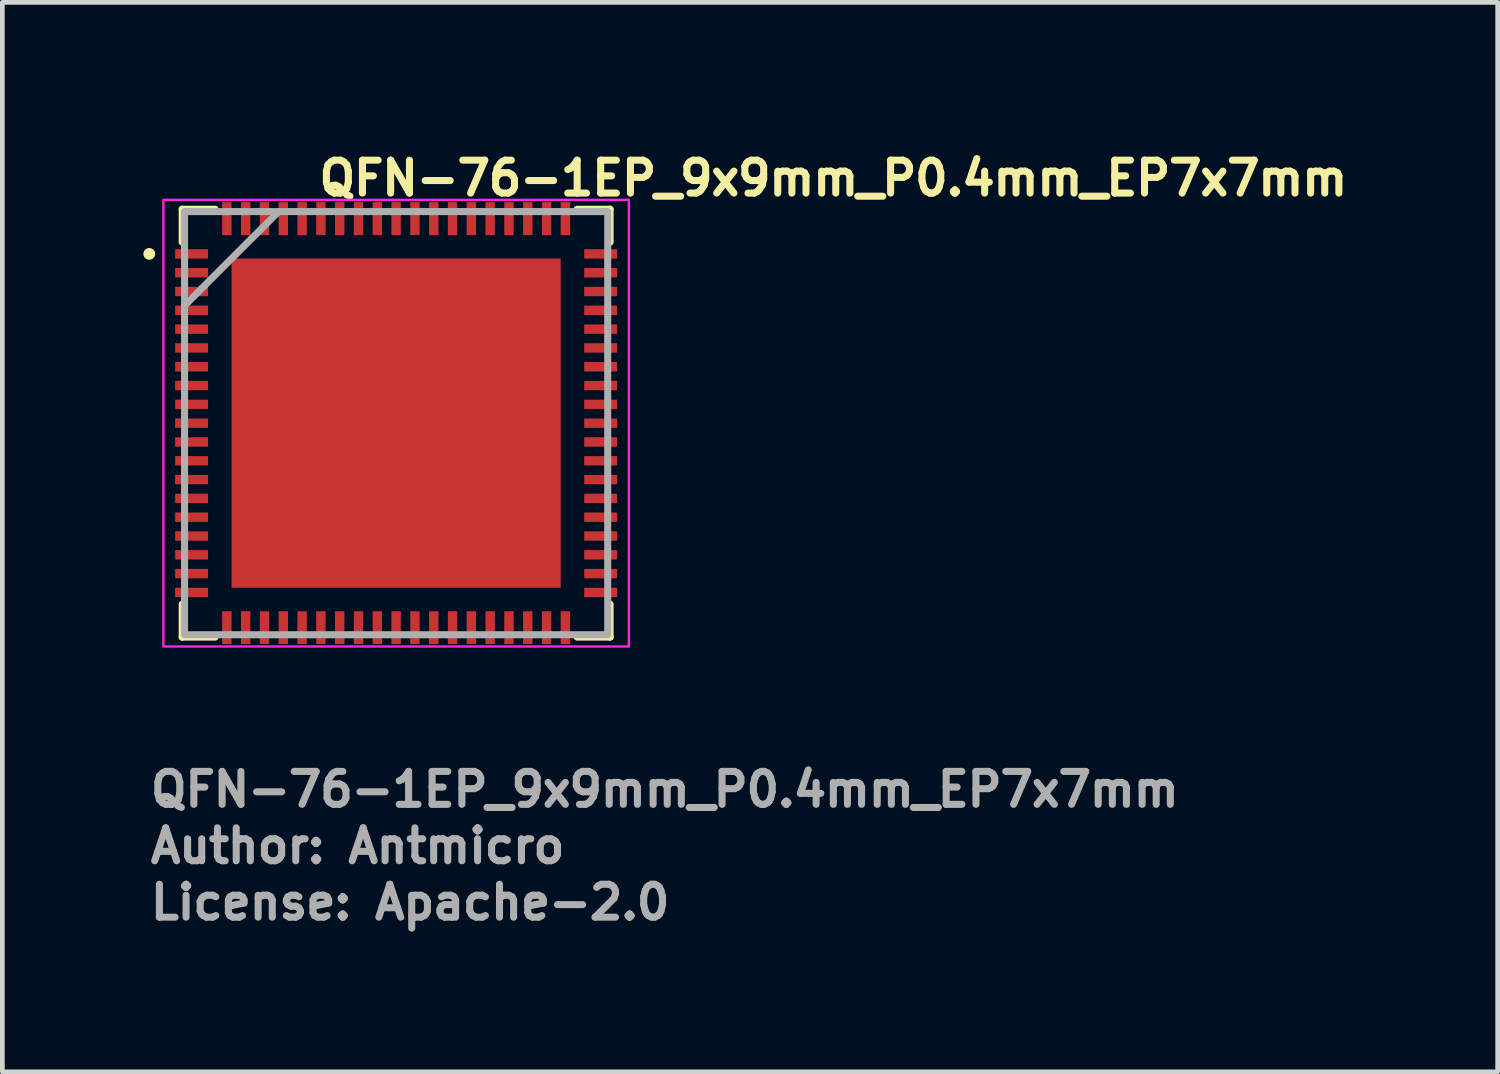
<source format=kicad_pcb>
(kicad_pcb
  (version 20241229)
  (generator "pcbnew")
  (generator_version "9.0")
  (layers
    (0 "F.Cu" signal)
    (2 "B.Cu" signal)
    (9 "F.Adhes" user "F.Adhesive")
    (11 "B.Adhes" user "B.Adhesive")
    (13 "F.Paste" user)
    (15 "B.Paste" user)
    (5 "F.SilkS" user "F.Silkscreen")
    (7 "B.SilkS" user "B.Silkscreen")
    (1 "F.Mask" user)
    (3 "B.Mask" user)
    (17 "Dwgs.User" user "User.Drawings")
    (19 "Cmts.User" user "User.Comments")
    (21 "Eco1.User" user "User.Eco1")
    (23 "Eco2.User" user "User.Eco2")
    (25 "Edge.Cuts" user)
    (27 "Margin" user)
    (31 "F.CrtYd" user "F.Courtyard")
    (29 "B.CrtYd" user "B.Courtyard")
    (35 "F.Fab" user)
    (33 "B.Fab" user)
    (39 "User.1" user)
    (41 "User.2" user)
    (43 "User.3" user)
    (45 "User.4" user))
  (footprint "QFN-76-1EP_9x9mm_P0.4mm_EP7x7mm"
    (layer "F.Cu")
    (at 5.375 5.95)
    (property "Reference" "QFN-76-1EP_9x9mm_P0.4mm_EP7x7mm" (at -1.715 -4.8 0) (layer "F.SilkS") (effects (font (size 0.7 0.7) (thickness 0.15)) (justify left bottom)))
    (attr smd)
    (fp_line (start -4.55 -4.55) (end -4.55 -3.85) (stroke (width 0.15) (type solid)) (layer "F.SilkS"))
    (fp_line (start -4.55 -4.55) (end -3.85 -4.55) (stroke (width 0.15) (type solid)) (layer "F.SilkS"))
    (fp_line (start -4.55 4.55) (end -4.55 3.85) (stroke (width 0.15) (type solid)) (layer "F.SilkS"))
    (fp_line (start -4.55 4.55) (end -3.85 4.55) (stroke (width 0.15) (type solid)) (layer "F.SilkS"))
    (fp_line (start 4.55 -4.55) (end 3.85 -4.55) (stroke (width 0.15) (type solid)) (layer "F.SilkS"))
    (fp_line (start 4.55 -4.55) (end 4.55 -3.85) (stroke (width 0.15) (type solid)) (layer "F.SilkS"))
    (fp_line (start 4.55 4.55) (end 3.85 4.55) (stroke (width 0.15) (type solid)) (layer "F.SilkS"))
    (fp_line (start 4.55 4.55) (end 4.55 3.85) (stroke (width 0.15) (type solid)) (layer "F.SilkS"))
    (fp_circle (center -5.25 -3.6) (end -5.2 -3.6) (stroke (width 0.15) (type solid)) (fill yes) (layer "F.SilkS"))
    (fp_poly (pts (xy -2.9 -2.9) (xy -1.9 -2.9) (xy -1.9 -1.9) (xy -2.9 -1.9)) (stroke (width 0.01) (type solid)) (fill yes) (layer "F.Paste"))
    (fp_poly (pts (xy -2.9 -1.7) (xy -1.9 -1.7) (xy -1.9 -0.7) (xy -2.9 -0.7)) (stroke (width 0.01) (type solid)) (fill yes) (layer "F.Paste"))
    (fp_poly (pts (xy -2.9 -0.5) (xy -1.9 -0.5) (xy -1.9 0.5) (xy -2.9 0.5)) (stroke (width 0.01) (type solid)) (fill yes) (layer "F.Paste"))
    (fp_poly (pts (xy -2.9 0.7) (xy -1.9 0.7) (xy -1.9 1.7) (xy -2.9 1.7)) (stroke (width 0.01) (type solid)) (fill yes) (layer "F.Paste"))
    (fp_poly (pts (xy -2.9 1.9) (xy -1.9 1.9) (xy -1.9 2.9) (xy -2.9 2.9)) (stroke (width 0.01) (type solid)) (fill yes) (layer "F.Paste"))
    (fp_poly (pts (xy -1.7 -2.9) (xy -0.7 -2.9) (xy -0.7 -1.9) (xy -1.7 -1.9)) (stroke (width 0.01) (type solid)) (fill yes) (layer "F.Paste"))
    (fp_poly (pts (xy -1.7 -1.7) (xy -0.7 -1.7) (xy -0.7 -0.7) (xy -1.7 -0.7)) (stroke (width 0.01) (type solid)) (fill yes) (layer "F.Paste"))
    (fp_poly (pts (xy -1.7 -0.5) (xy -0.7 -0.5) (xy -0.7 0.5) (xy -1.7 0.5)) (stroke (width 0.01) (type solid)) (fill yes) (layer "F.Paste"))
    (fp_poly (pts (xy -1.7 0.7) (xy -0.7 0.7) (xy -0.7 1.7) (xy -1.7 1.7)) (stroke (width 0.01) (type solid)) (fill yes) (layer "F.Paste"))
    (fp_poly (pts (xy -1.7 1.9) (xy -0.7 1.9) (xy -0.7 2.9) (xy -1.7 2.9)) (stroke (width 0.01) (type solid)) (fill yes) (layer "F.Paste"))
    (fp_poly (pts (xy -0.5 -2.9) (xy 0.5 -2.9) (xy 0.5 -1.9) (xy -0.5 -1.9)) (stroke (width 0.01) (type solid)) (fill yes) (layer "F.Paste"))
    (fp_poly (pts (xy -0.5 -1.7) (xy 0.5 -1.7) (xy 0.5 -0.7) (xy -0.5 -0.7)) (stroke (width 0.01) (type solid)) (fill yes) (layer "F.Paste"))
    (fp_poly (pts (xy -0.5 -0.5) (xy 0.5 -0.5) (xy 0.5 0.5) (xy -0.5 0.5)) (stroke (width 0.01) (type solid)) (fill yes) (layer "F.Paste"))
    (fp_poly (pts (xy -0.5 0.7) (xy 0.5 0.7) (xy 0.5 1.7) (xy -0.5 1.7)) (stroke (width 0.01) (type solid)) (fill yes) (layer "F.Paste"))
    (fp_poly (pts (xy -0.5 1.9) (xy 0.5 1.9) (xy 0.5 2.9) (xy -0.5 2.9)) (stroke (width 0.01) (type solid)) (fill yes) (layer "F.Paste"))
    (fp_poly (pts (xy 0.7 -2.9) (xy 1.7 -2.9) (xy 1.7 -1.9) (xy 0.7 -1.9)) (stroke (width 0.01) (type solid)) (fill yes) (layer "F.Paste"))
    (fp_poly (pts (xy 0.7 -1.7) (xy 1.7 -1.7) (xy 1.7 -0.7) (xy 0.7 -0.7)) (stroke (width 0.01) (type solid)) (fill yes) (layer "F.Paste"))
    (fp_poly (pts (xy 0.7 -0.5) (xy 1.7 -0.5) (xy 1.7 0.5) (xy 0.7 0.5)) (stroke (width 0.01) (type solid)) (fill yes) (layer "F.Paste"))
    (fp_poly (pts (xy 0.7 0.7) (xy 1.7 0.7) (xy 1.7 1.7) (xy 0.7 1.7)) (stroke (width 0.01) (type solid)) (fill yes) (layer "F.Paste"))
    (fp_poly (pts (xy 0.7 1.9) (xy 1.7 1.9) (xy 1.7 2.9) (xy 0.7 2.9)) (stroke (width 0.01) (type solid)) (fill yes) (layer "F.Paste"))
    (fp_poly (pts (xy 1.9 -2.9) (xy 2.9 -2.9) (xy 2.9 -1.9) (xy 1.9 -1.9)) (stroke (width 0.01) (type solid)) (fill yes) (layer "F.Paste"))
    (fp_poly (pts (xy 1.9 -1.7) (xy 2.9 -1.7) (xy 2.9 -0.7) (xy 1.9 -0.7)) (stroke (width 0.01) (type solid)) (fill yes) (layer "F.Paste"))
    (fp_poly (pts (xy 1.9 -0.5) (xy 2.9 -0.5) (xy 2.9 0.5) (xy 1.9 0.5)) (stroke (width 0.01) (type solid)) (fill yes) (layer "F.Paste"))
    (fp_poly (pts (xy 1.9 0.7) (xy 2.9 0.7) (xy 2.9 1.7) (xy 1.9 1.7)) (stroke (width 0.01) (type solid)) (fill yes) (layer "F.Paste"))
    (fp_poly (pts (xy 1.9 1.9) (xy 2.9 1.9) (xy 2.9 2.9) (xy 1.9 2.9)) (stroke (width 0.01) (type solid)) (fill yes) (layer "F.Paste"))
    (fp_rect (start -4.95 -4.75) (end 4.95 4.75) (stroke (width 0.05) (type solid)) (fill no) (layer "F.CrtYd"))
    (fp_line (start -4.5 -2.5) (end -2.5 -4.5) (stroke (width 0.15) (type solid)) (layer "F.Fab"))
    (fp_rect (start -4.5 -4.5) (end 4.5 4.5) (stroke (width 0.15) (type solid)) (fill no) (layer "F.Fab"))
    (fp_rect (start -4.5 -4.5) (end 4.5 4.5) (stroke (width 0.1) (type solid)) (fill no) (layer "User.5"))
    (fp_line (start -4.5 -4.5) (end -4.5 4.5) (stroke (width 0.02) (type solid)) (layer "User.9"))
    (fp_line (start -4.5 4.5) (end 4.5 4.5) (stroke (width 0.02) (type solid)) (layer "User.9"))
    (fp_line (start 4.5 -4.5) (end -4.5 -4.5) (stroke (width 0.02) (type solid)) (layer "User.9"))
    (fp_line (start 4.5 4.5) (end 4.5 -4.5) (stroke (width 0.02) (type solid)) (layer "User.9"))
    (fp_text user "${REFERENCE}" (at -5.3 8.2 0) (layer "F.Fab") (effects (font (size 0.7 0.7) (thickness 0.15)) (justify left bottom)))
    (fp_text user "Author: Antmicro" (at -5.3 9.4 0) (layer "F.Fab") (effects (font (size 0.7 0.7) (thickness 0.15)) (justify left bottom)))
    (fp_text user "License: Apache-2.0" (at -5.3 10.6 0) (layer "F.Fab") (effects (font (size 0.7 0.7) (thickness 0.15)) (justify left bottom)))
    (pad "1" smd rect (at -4.35 -3.6) (size 0.7 0.2) (layers "F.Cu" "F.Mask" "F.Paste"))
    (pad "2" smd rect (at -4.35 -3.2) (size 0.7 0.2) (layers "F.Cu" "F.Mask" "F.Paste"))
    (pad "3" smd rect (at -4.35 -2.8) (size 0.7 0.2) (layers "F.Cu" "F.Mask" "F.Paste"))
    (pad "4" smd rect (at -4.35 -2.4) (size 0.7 0.2) (layers "F.Cu" "F.Mask" "F.Paste"))
    (pad "5" smd rect (at -4.35 -2) (size 0.7 0.2) (layers "F.Cu" "F.Mask" "F.Paste"))
    (pad "6" smd rect (at -4.35 -1.6) (size 0.7 0.2) (layers "F.Cu" "F.Mask" "F.Paste"))
    (pad "7" smd rect (at -4.35 -1.2) (size 0.7 0.2) (layers "F.Cu" "F.Mask" "F.Paste"))
    (pad "8" smd rect (at -4.35 -0.8) (size 0.7 0.2) (layers "F.Cu" "F.Mask" "F.Paste"))
    (pad "9" smd rect (at -4.35 -0.4) (size 0.7 0.2) (layers "F.Cu" "F.Mask" "F.Paste"))
    (pad "10" smd rect (at -4.35 0) (size 0.7 0.2) (layers "F.Cu" "F.Mask" "F.Paste"))
    (pad "11" smd rect (at -4.35 0.4) (size 0.7 0.2) (layers "F.Cu" "F.Mask" "F.Paste"))
    (pad "12" smd rect (at -4.35 0.8) (size 0.7 0.2) (layers "F.Cu" "F.Mask" "F.Paste"))
    (pad "13" smd rect (at -4.35 1.2) (size 0.7 0.2) (layers "F.Cu" "F.Mask" "F.Paste"))
    (pad "14" smd rect (at -4.35 1.6) (size 0.7 0.2) (layers "F.Cu" "F.Mask" "F.Paste"))
    (pad "15" smd rect (at -4.35 2) (size 0.7 0.2) (layers "F.Cu" "F.Mask" "F.Paste"))
    (pad "16" smd rect (at -4.35 2.4) (size 0.7 0.2) (layers "F.Cu" "F.Mask" "F.Paste"))
    (pad "17" smd rect (at -4.35 2.8) (size 0.7 0.2) (layers "F.Cu" "F.Mask" "F.Paste"))
    (pad "18" smd rect (at -4.35 3.2) (size 0.7 0.2) (layers "F.Cu" "F.Mask" "F.Paste"))
    (pad "19" smd rect (at -4.35 3.6) (size 0.7 0.2) (layers "F.Cu" "F.Mask" "F.Paste"))
    (pad "20" smd rect (at -3.6 4.35 90) (size 0.7 0.2) (layers "F.Cu" "F.Mask" "F.Paste"))
    (pad "21" smd rect (at -3.2 4.35 90) (size 0.7 0.2) (layers "F.Cu" "F.Mask" "F.Paste"))
    (pad "22" smd rect (at -2.8 4.35 90) (size 0.7 0.2) (layers "F.Cu" "F.Mask" "F.Paste"))
    (pad "23" smd rect (at -2.4 4.35 90) (size 0.7 0.2) (layers "F.Cu" "F.Mask" "F.Paste"))
    (pad "24" smd rect (at -2 4.35 90) (size 0.7 0.2) (layers "F.Cu" "F.Mask" "F.Paste"))
    (pad "25" smd rect (at -1.6 4.35 90) (size 0.7 0.2) (layers "F.Cu" "F.Mask" "F.Paste"))
    (pad "26" smd rect (at -1.2 4.35 90) (size 0.7 0.2) (layers "F.Cu" "F.Mask" "F.Paste"))
    (pad "27" smd rect (at -0.8 4.35 90) (size 0.7 0.2) (layers "F.Cu" "F.Mask" "F.Paste"))
    (pad "28" smd rect (at -0.4 4.35 90) (size 0.7 0.2) (layers "F.Cu" "F.Mask" "F.Paste"))
    (pad "29" smd rect (at 0 4.35 90) (size 0.7 0.2) (layers "F.Cu" "F.Mask" "F.Paste"))
    (pad "30" smd rect (at 0.4 4.35 90) (size 0.7 0.2) (layers "F.Cu" "F.Mask" "F.Paste"))
    (pad "31" smd rect (at 0.8 4.35 90) (size 0.7 0.2) (layers "F.Cu" "F.Mask" "F.Paste"))
    (pad "32" smd rect (at 1.2 4.35 90) (size 0.7 0.2) (layers "F.Cu" "F.Mask" "F.Paste"))
    (pad "33" smd rect (at 1.6 4.35 90) (size 0.7 0.2) (layers "F.Cu" "F.Mask" "F.Paste"))
    (pad "34" smd rect (at 2 4.35 90) (size 0.7 0.2) (layers "F.Cu" "F.Mask" "F.Paste"))
    (pad "35" smd rect (at 2.4 4.35 90) (size 0.7 0.2) (layers "F.Cu" "F.Mask" "F.Paste"))
    (pad "36" smd rect (at 2.8 4.35 90) (size 0.7 0.2) (layers "F.Cu" "F.Mask" "F.Paste"))
    (pad "37" smd rect (at 3.2 4.35 90) (size 0.7 0.2) (layers "F.Cu" "F.Mask" "F.Paste"))
    (pad "38" smd rect (at 3.6 4.35 90) (size 0.7 0.2) (layers "F.Cu" "F.Mask" "F.Paste"))
    (pad "39" smd rect (at 4.35 3.6) (size 0.7 0.2) (layers "F.Cu" "F.Mask" "F.Paste"))
    (pad "40" smd rect (at 4.35 3.2) (size 0.7 0.2) (layers "F.Cu" "F.Mask" "F.Paste"))
    (pad "41" smd rect (at 4.35 2.8) (size 0.7 0.2) (layers "F.Cu" "F.Mask" "F.Paste"))
    (pad "42" smd rect (at 4.35 2.4) (size 0.7 0.2) (layers "F.Cu" "F.Mask" "F.Paste"))
    (pad "43" smd rect (at 4.35 2) (size 0.7 0.2) (layers "F.Cu" "F.Mask" "F.Paste"))
    (pad "44" smd rect (at 4.35 1.6) (size 0.7 0.2) (layers "F.Cu" "F.Mask" "F.Paste"))
    (pad "45" smd rect (at 4.35 1.2) (size 0.7 0.2) (layers "F.Cu" "F.Mask" "F.Paste"))
    (pad "46" smd rect (at 4.35 0.8) (size 0.7 0.2) (layers "F.Cu" "F.Mask" "F.Paste"))
    (pad "47" smd rect (at 4.35 0.4) (size 0.7 0.2) (layers "F.Cu" "F.Mask" "F.Paste"))
    (pad "48" smd rect (at 4.35 0) (size 0.7 0.2) (layers "F.Cu" "F.Mask" "F.Paste"))
    (pad "49" smd rect (at 4.35 -0.4) (size 0.7 0.2) (layers "F.Cu" "F.Mask" "F.Paste"))
    (pad "50" smd rect (at 4.35 -0.8) (size 0.7 0.2) (layers "F.Cu" "F.Mask" "F.Paste"))
    (pad "51" smd rect (at 4.35 -1.2) (size 0.7 0.2) (layers "F.Cu" "F.Mask" "F.Paste"))
    (pad "52" smd rect (at 4.35 -1.6) (size 0.7 0.2) (layers "F.Cu" "F.Mask" "F.Paste"))
    (pad "53" smd rect (at 4.35 -2) (size 0.7 0.2) (layers "F.Cu" "F.Mask" "F.Paste"))
    (pad "54" smd rect (at 4.35 -2.4) (size 0.7 0.2) (layers "F.Cu" "F.Mask" "F.Paste"))
    (pad "55" smd rect (at 4.35 -2.8) (size 0.7 0.2) (layers "F.Cu" "F.Mask" "F.Paste"))
    (pad "56" smd rect (at 4.35 -3.2) (size 0.7 0.2) (layers "F.Cu" "F.Mask" "F.Paste"))
    (pad "57" smd rect (at 4.35 -3.6) (size 0.7 0.2) (layers "F.Cu" "F.Mask" "F.Paste"))
    (pad "58" smd rect (at 3.6 -4.35 90) (size 0.7 0.2) (layers "F.Cu" "F.Mask" "F.Paste"))
    (pad "59" smd rect (at 3.2 -4.35 90) (size 0.7 0.2) (layers "F.Cu" "F.Mask" "F.Paste"))
    (pad "60" smd rect (at 2.8 -4.35 90) (size 0.7 0.2) (layers "F.Cu" "F.Mask" "F.Paste"))
    (pad "61" smd rect (at 2.4 -4.35 90) (size 0.7 0.2) (layers "F.Cu" "F.Mask" "F.Paste"))
    (pad "62" smd rect (at 2 -4.35 90) (size 0.7 0.2) (layers "F.Cu" "F.Mask" "F.Paste"))
    (pad "63" smd rect (at 1.6 -4.35 90) (size 0.7 0.2) (layers "F.Cu" "F.Mask" "F.Paste"))
    (pad "64" smd rect (at 1.2 -4.35 90) (size 0.7 0.2) (layers "F.Cu" "F.Mask" "F.Paste"))
    (pad "65" smd rect (at 0.8 -4.35 90) (size 0.7 0.2) (layers "F.Cu" "F.Mask" "F.Paste"))
    (pad "66" smd rect (at 0.4 -4.35 90) (size 0.7 0.2) (layers "F.Cu" "F.Mask" "F.Paste"))
    (pad "67" smd rect (at 0 -4.35 90) (size 0.7 0.2) (layers "F.Cu" "F.Mask" "F.Paste"))
    (pad "68" smd rect (at -0.4 -4.35 90) (size 0.7 0.2) (layers "F.Cu" "F.Mask" "F.Paste"))
    (pad "69" smd rect (at -0.8 -4.35 90) (size 0.7 0.2) (layers "F.Cu" "F.Mask" "F.Paste"))
    (pad "70" smd rect (at -1.2 -4.35 90) (size 0.7 0.2) (layers "F.Cu" "F.Mask" "F.Paste"))
    (pad "71" smd rect (at -1.6 -4.35 90) (size 0.7 0.2) (layers "F.Cu" "F.Mask" "F.Paste"))
    (pad "72" smd rect (at -2 -4.35 90) (size 0.7 0.2) (layers "F.Cu" "F.Mask" "F.Paste"))
    (pad "73" smd rect (at -2.4 -4.35 90) (size 0.7 0.2) (layers "F.Cu" "F.Mask" "F.Paste"))
    (pad "74" smd rect (at -2.8 -4.35 90) (size 0.7 0.2) (layers "F.Cu" "F.Mask" "F.Paste"))
    (pad "75" smd rect (at -3.2 -4.35 90) (size 0.7 0.2) (layers "F.Cu" "F.Mask" "F.Paste"))
    (pad "76" smd rect (at -3.6 -4.35 90) (size 0.7 0.2) (layers "F.Cu" "F.Mask" "F.Paste"))
    (pad "77" smd rect (at 0 0) (size 7 7) (layers "F.Cu" "F.Mask")))
  (gr_rect
    (start -3 -3)
    (end 28.803 19.745)
    (stroke (width 0.1) (type default))
    (fill no)
    (layer "Edge.Cuts")))
</source>
